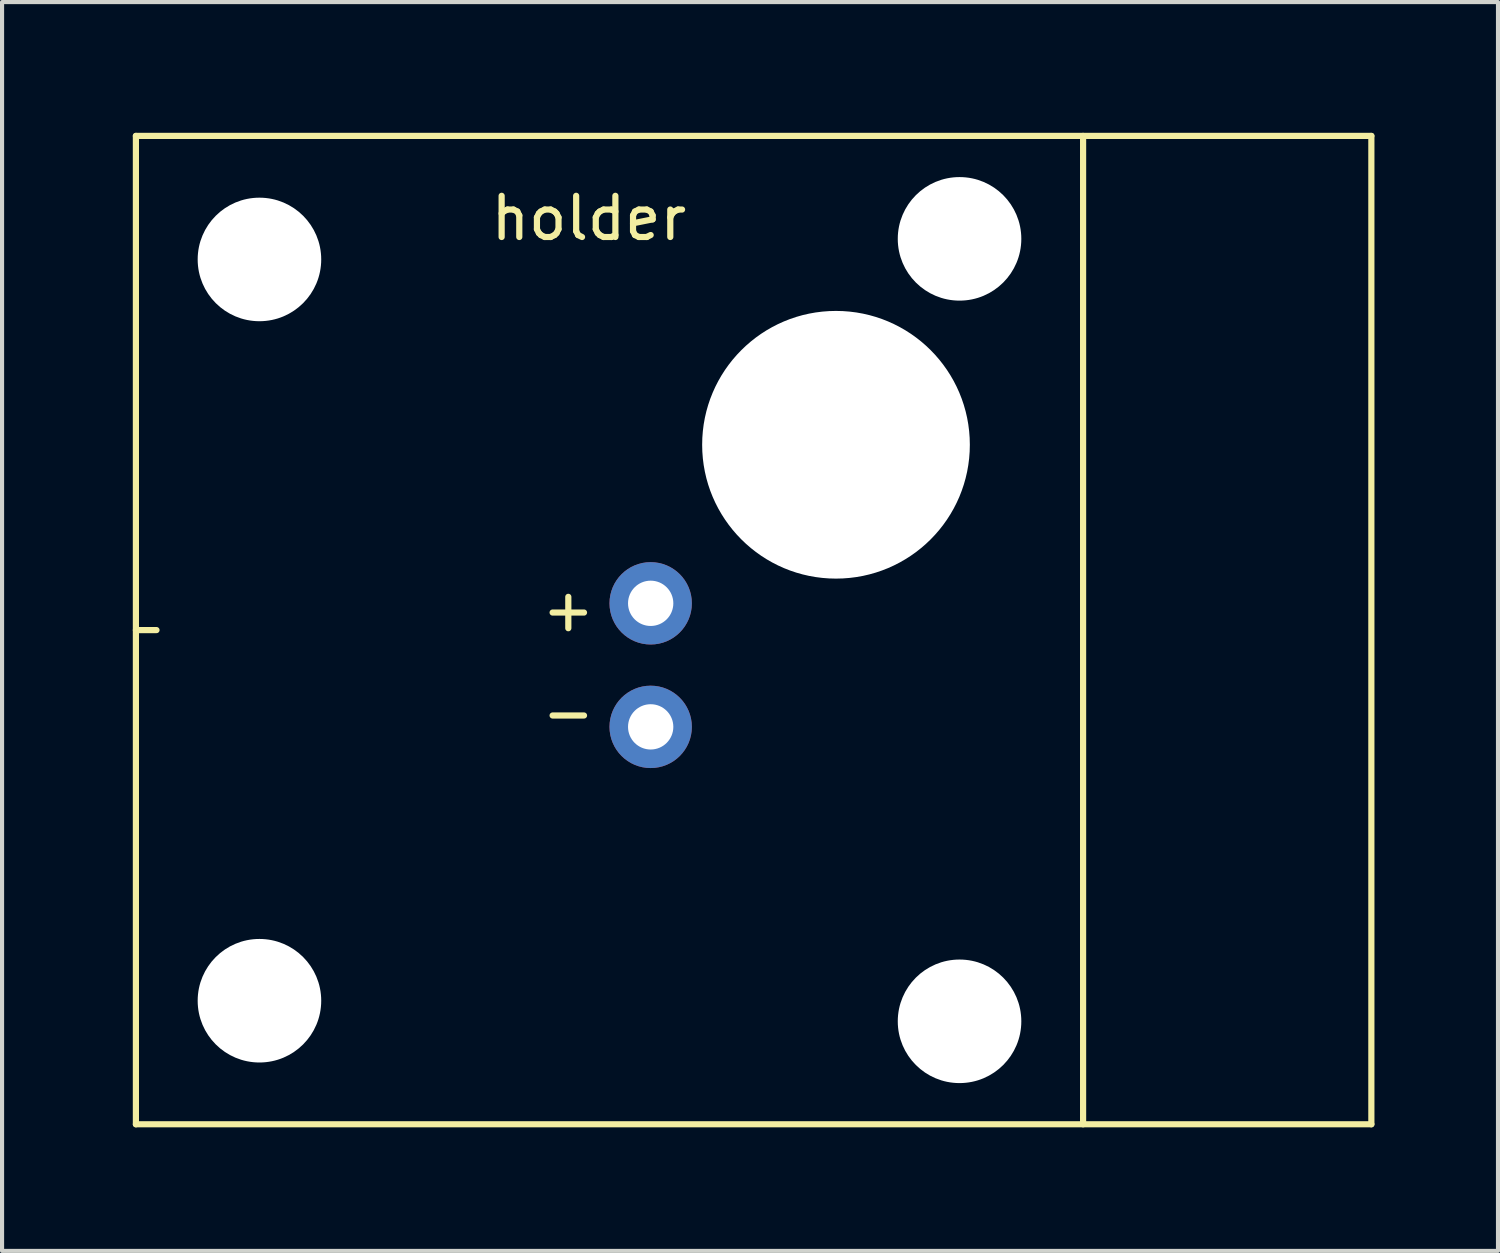
<source format=kicad_pcb>
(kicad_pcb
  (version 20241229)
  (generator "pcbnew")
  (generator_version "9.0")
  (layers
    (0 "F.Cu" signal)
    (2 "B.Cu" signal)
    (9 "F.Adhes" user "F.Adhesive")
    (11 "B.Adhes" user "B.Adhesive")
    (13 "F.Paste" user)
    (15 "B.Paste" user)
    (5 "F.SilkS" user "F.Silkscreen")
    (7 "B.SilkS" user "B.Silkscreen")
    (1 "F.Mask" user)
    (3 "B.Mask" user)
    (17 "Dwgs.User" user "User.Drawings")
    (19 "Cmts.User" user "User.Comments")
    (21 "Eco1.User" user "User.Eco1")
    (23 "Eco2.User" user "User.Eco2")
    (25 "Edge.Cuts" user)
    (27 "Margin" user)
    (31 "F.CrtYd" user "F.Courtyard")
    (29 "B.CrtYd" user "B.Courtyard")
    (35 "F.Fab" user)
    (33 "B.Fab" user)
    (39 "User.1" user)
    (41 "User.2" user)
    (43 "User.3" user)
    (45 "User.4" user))
  (footprint "holder"
    (layer "F.Cu")
    (at 0.25 0.25)
    (property "Reference" "holder" (at 11 2 0) (layer "F.SilkS") (effects (font (size 1 1) (thickness 0.15))))
    (attr through_hole)
    (fp_line (start 0 0) (end 30 0) (stroke (width 0.15) (type solid)) (layer "F.SilkS"))
    (fp_line (start 0 12) (end 0.5 12) (stroke (width 0.15) (type solid)) (layer "F.SilkS"))
    (fp_line (start 0 24) (end 0 0) (stroke (width 0.15) (type solid)) (layer "F.SilkS"))
    (fp_line (start 23 0) (end 23 24) (stroke (width 0.15) (type solid)) (layer "F.SilkS"))
    (fp_line (start 30 0) (end 30 24) (stroke (width 0.15) (type solid)) (layer "F.SilkS"))
    (fp_line (start 30 24) (end 0 24) (stroke (width 0.15) (type solid)) (layer "F.SilkS"))
    (fp_text user "-" (at 10.5 14 0) (layer "F.SilkS") (effects (font (size 1 1) (thickness 0.15))))
    (fp_text user "+" (at 10.5 11.5 0) (layer "F.SilkS") (effects (font (size 1 1) (thickness 0.15))))
    (pad "" np_thru_hole circle (at 3 3) (size 3 3) (drill 3) (layers "*.Cu" "*.Mask"))
    (pad "" np_thru_hole circle (at 3 21) (size 3 3) (drill 3) (layers "*.Cu" "*.Mask"))
    (pad "" np_thru_hole circle (at 17 7.5) (size 6.5 6.5) (drill 6.5) (layers "*.Cu" "*.Mask"))
    (pad "" np_thru_hole circle (at 20 2.5) (size 3 3) (drill 3) (layers "*.Cu" "*.Mask"))
    (pad "" np_thru_hole circle (at 20 21.5) (size 3 3) (drill 3) (layers "*.Cu" "*.Mask"))
    (pad "1" thru_hole circle (at 12.5 11.35) (size 2 2) (drill 1.1) (layers "*.Cu" "*.Mask"))
    (pad "2" thru_hole circle (at 12.5 14.35) (size 2 2) (drill 1.1) (layers "*.Cu" "*.Mask")))
  (gr_rect
    (start -3 -3)
    (end 33.325 27.325)
    (stroke (width 0.1) (type default))
    (fill no)
    (layer "Edge.Cuts")))
</source>
